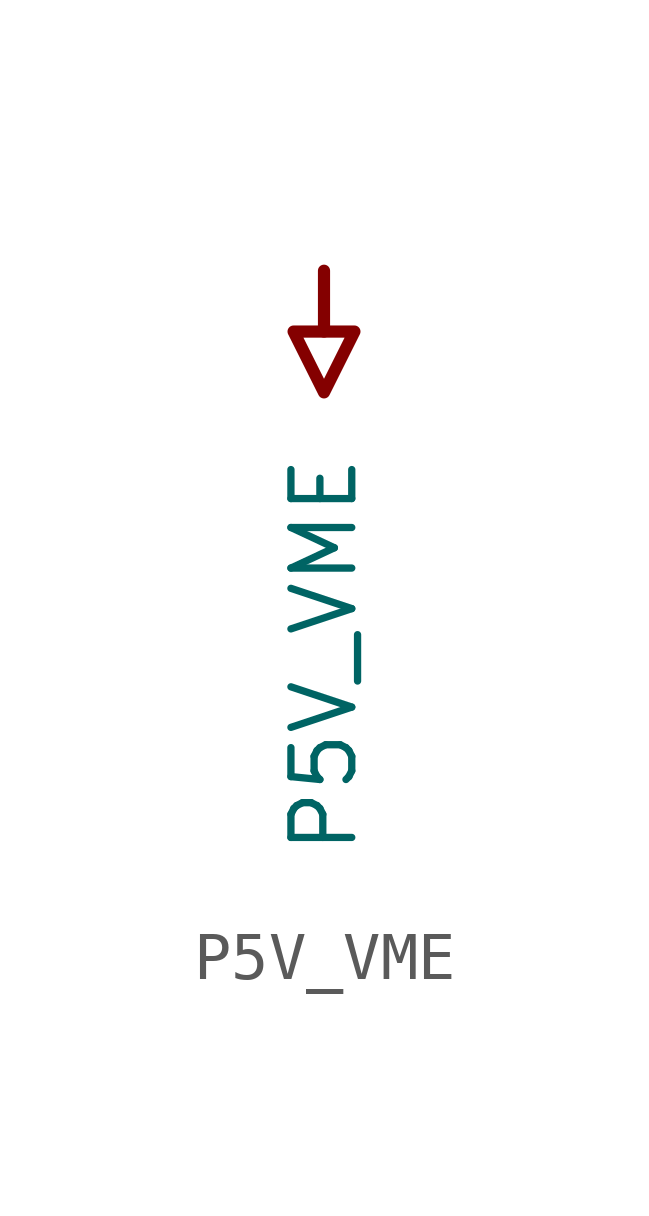
<source format=kicad_sym>
(kicad_symbol_lib
  (version 20231120)
  (generator "kicad_symbol_editor")
  (generator_version "8.0")
  (symbol "P5V_VME"
    (power)
    (property "Reference" "#PWR0672"
      (at 0 0 0)
      (effects (font (size 1.27 1.27)) (hide yes)))
    (property "Value" "P5V_VME"
      (at 0 -3.81 90)
      (effects (font (size 1.27 1.27)) (justify right)))
    (symbol "P5V_VME_0_0"
      (polyline (pts (xy 0 0) (xy 0 -1.27)) (stroke (width 0.254) (type solid)) (fill (type none)))
      (polyline (pts (xy -0.635 -1.27) (xy 0.635 -1.27) (xy 0 -2.54) (xy -0.635 -1.27)) (stroke (width 0.254) (type solid)) (fill (type none)))
      (pin power_in line (at 0 0 0) (length 0) hide (name "P5V_VME" (effects (font (size 1.27 1.27)))) (number "" (effects (font (size 1.27 1.27))))))))
</source>
